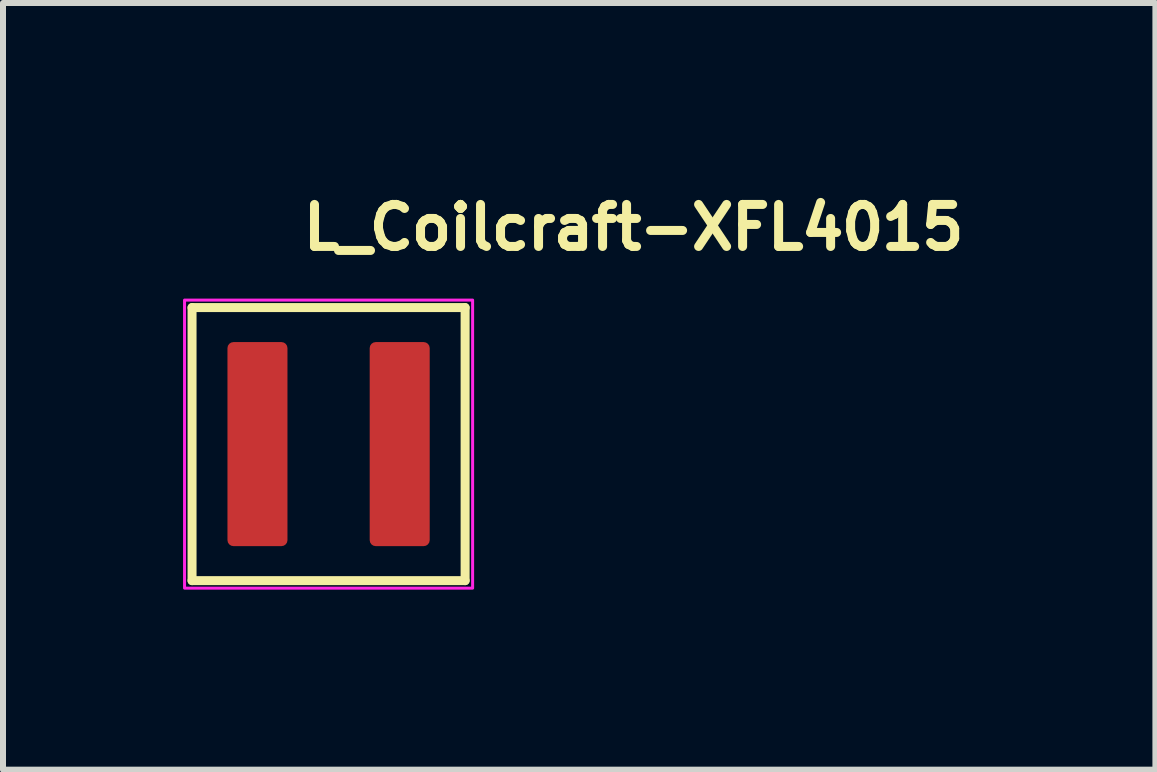
<source format=kicad_pcb>
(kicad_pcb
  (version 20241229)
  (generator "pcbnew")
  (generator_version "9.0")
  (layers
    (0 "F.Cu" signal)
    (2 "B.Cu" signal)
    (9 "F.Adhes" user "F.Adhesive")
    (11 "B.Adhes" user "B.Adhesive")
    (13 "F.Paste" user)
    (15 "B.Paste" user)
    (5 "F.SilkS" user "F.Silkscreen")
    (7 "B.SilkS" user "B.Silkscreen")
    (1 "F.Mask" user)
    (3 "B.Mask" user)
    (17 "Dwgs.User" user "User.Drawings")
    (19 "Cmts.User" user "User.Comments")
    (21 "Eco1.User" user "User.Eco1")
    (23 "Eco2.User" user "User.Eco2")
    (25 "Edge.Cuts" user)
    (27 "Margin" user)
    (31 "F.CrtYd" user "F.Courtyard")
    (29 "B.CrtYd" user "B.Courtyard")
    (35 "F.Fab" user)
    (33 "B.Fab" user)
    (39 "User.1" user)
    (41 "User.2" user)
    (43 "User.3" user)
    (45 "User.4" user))
  (footprint "L_Coilcraft-XFL4015"
    (layer "F.Cu")
    (at 2.425 4.35)
    (property "Reference" "L_Coilcraft-XFL4015" (at -0.5 -3.2 0) (layer "F.SilkS") (effects (font (size 0.7 0.7) (thickness 0.15)) (justify left bottom)))
    (attr smd)
    (fp_line (start -2.275 -2.275) (end 2.275 -2.275) (stroke (width 0.15) (type solid)) (layer "F.SilkS"))
    (fp_line (start -2.275 2.275) (end -2.275 -2.275) (stroke (width 0.15) (type solid)) (layer "F.SilkS"))
    (fp_line (start 2.275 -2.275) (end 2.275 2.275) (stroke (width 0.15) (type solid)) (layer "F.SilkS"))
    (fp_line (start 2.275 2.275) (end -2.275 2.275) (stroke (width 0.15) (type solid)) (layer "F.SilkS"))
    (fp_rect (start -2.4 -2.4) (end 2.4 2.4) (stroke (width 0.05) (type solid)) (fill no) (layer "F.CrtYd"))
    (fp_rect (start -2.15 -2.15) (end 2.15 2.15) (stroke (width 0.1) (type solid)) (fill no) (layer "User.5"))
    (fp_line (start -2.15 -2.15) (end 2.15 -2.15) (stroke (width 0.02) (type solid)) (layer "User.9"))
    (fp_line (start -2.15 2.15) (end -2.15 -2.15) (stroke (width 0.02) (type solid)) (layer "User.9"))
    (fp_line (start -1.779 -1.6) (end -1.779 1.6) (stroke (width 0.02) (type solid)) (layer "User.9"))
    (fp_line (start -1.779 1.6) (end -1.579 1.6) (stroke (width 0.02) (type solid)) (layer "User.9"))
    (fp_line (start -1.579 -1.6) (end -1.779 -1.6) (stroke (width 0.02) (type solid)) (layer "User.9"))
    (fp_line (start -1.579 1.6) (end -1.579 -1.6) (stroke (width 0.02) (type solid)) (layer "User.9"))
    (fp_line (start 2.15 -2.15) (end 2.15 2.15) (stroke (width 0.02) (type solid)) (layer "User.9"))
    (fp_line (start 2.15 2.15) (end -2.15 2.15) (stroke (width 0.02) (type solid)) (layer "User.9"))
    (pad "1" smd roundrect (at -1.185 0) (size 1 3.4) (layers "F.Cu" "F.Mask" "F.Paste") (roundrect_rratio 0.1))
    (pad "2" smd roundrect (at 1.185 0) (size 1 3.4) (layers "F.Cu" "F.Mask" "F.Paste") (roundrect_rratio 0.1)))
  (gr_rect
    (start -3 -3)
    (end 16.202 9.775)
    (stroke (width 0.1) (type default))
    (fill no)
    (layer "Edge.Cuts")))
</source>
